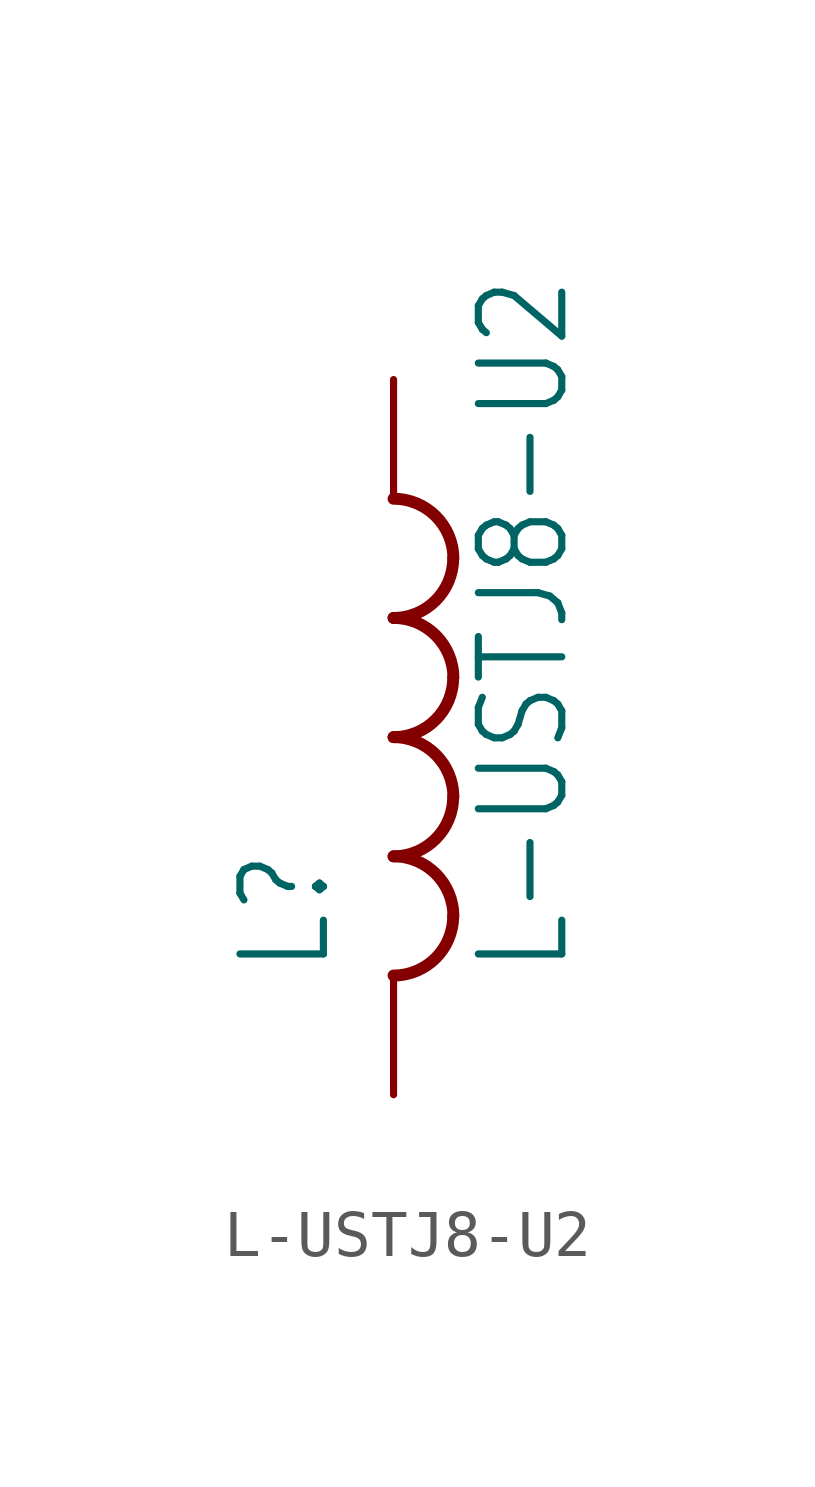
<source format=kicad_sym>
(kicad_symbol_lib
  (version 20211014)
  (generator kicad_symbol_editor)
  (symbol "L-USTJ8-U2"
    (property "Reference" "L"
      (at -1.27 -5.08 90)
      (effects (font (size 1.778 1.511)) (justify left bottom)))
    (property "Value" "L-USTJ8-U2"
      (at 3.81 -5.08 90)
      (effects (font (size 1.778 1.511)) (justify left bottom)))
    (property "ki_locked" ""
      (at 0 0 0)
      (effects (font (size 1.27 1.27))))
    (symbol "L-USTJ8-U2_1_0"
      (arc (start 0 -5.08) (mid 0.898 -4.708) (end 1.27 -3.81) (stroke (width 0.254) (type default) (color 0 0 0 0)) (fill (type none)))
      (arc (start 0 -2.54) (mid 0.898 -2.168) (end 1.27 -1.27) (stroke (width 0.254) (type default) (color 0 0 0 0)) (fill (type none)))
      (arc (start 0 0) (mid 0.898 0.372) (end 1.27 1.27) (stroke (width 0.254) (type default) (color 0 0 0 0)) (fill (type none)))
      (arc (start 0 2.54) (mid 0.898 2.912) (end 1.27 3.81) (stroke (width 0.254) (type default) (color 0 0 0 0)) (fill (type none)))
      (arc (start 1.27 -3.81) (mid 0.898 -2.912) (end 0 -2.54) (stroke (width 0.254) (type default) (color 0 0 0 0)) (fill (type none)))
      (arc (start 1.27 -1.27) (mid 0.898 -0.372) (end 0 0) (stroke (width 0.254) (type default) (color 0 0 0 0)) (fill (type none)))
      (arc (start 1.27 1.27) (mid 0.898 2.168) (end 0 2.54) (stroke (width 0.254) (type default) (color 0 0 0 0)) (fill (type none)))
      (arc (start 1.27 3.81) (mid 0.898 4.708) (end 0 5.08) (stroke (width 0.254) (type default) (color 0 0 0 0)) (fill (type none)))
      (pin passive line (at 0 7.62 270) (length 2.54) (name "1" (effects (font (size 0 0)))) (number "1" (effects (font (size 0 0)))))
      (pin passive line (at 0 -7.62 90) (length 2.54) (name "2" (effects (font (size 0 0)))) (number "2" (effects (font (size 0 0))))))))
</source>
